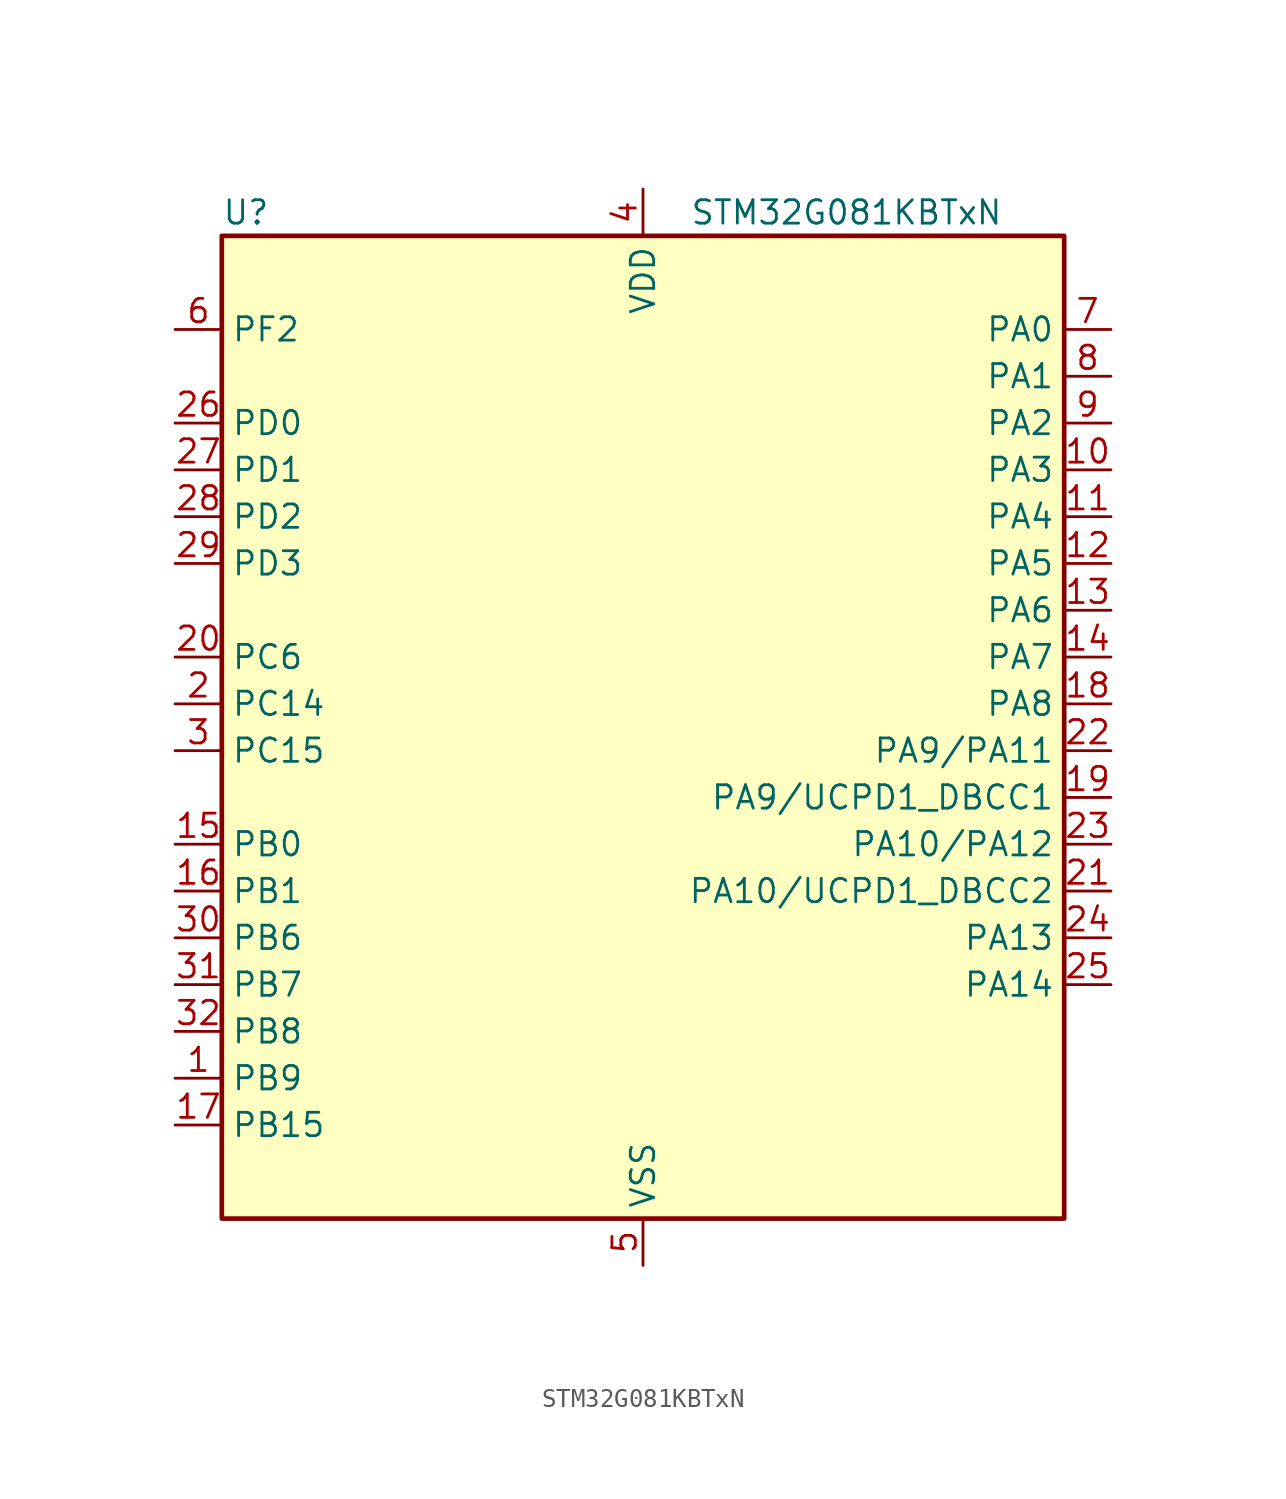
<source format=kicad_sym>
(kicad_symbol_lib
  (version 20231120)
  (generator "kicad-library-utils")
  (generator_version "8.0")
  (symbol "STM32G081KBTxN"
    (property "Reference" "U"
      (at -22.86 29.21 0)
      (effects (font (size 1.27 1.27)) (justify left)))
    (property "Value" "STM32G081KBTxN"
      (at 2.54 29.21 0)
      (effects (font (size 1.27 1.27)) (justify left)))
    (symbol "STM32G081KBTxN_0_1"
      (rectangle (start -22.86 -25.4) (end 22.86 27.94) (stroke (width 0.254) (type default)) (fill (type background))))
    (symbol "STM32G081KBTxN_1_1"
      (pin bidirectional line (at -25.4 -17.78 0) (length 2.54) (name "PB9" (effects (font (size 1.27 1.27)))) (number "1" (effects (font (size 1.27 1.27)))) (alternate "DAC1_EXTI9" bidirectional line) (alternate "I2C1_SDA" bidirectional line) (alternate "IR_OUT" bidirectional line) (alternate "SPI2_NSS" bidirectional line) (alternate "TIM17_CH1" bidirectional line) (alternate "UCPD2_FRSTX1" bidirectional line) (alternate "UCPD2_FRSTX2" bidirectional line) (alternate "USART3_RX" bidirectional line))
      (pin bidirectional line (at 25.4 15.24 180) (length 2.54) (name "PA3" (effects (font (size 1.27 1.27)))) (number "10" (effects (font (size 1.27 1.27)))) (alternate "ADC1_IN3" bidirectional line) (alternate "COMP2_INP" bidirectional line) (alternate "LPUART1_RX" bidirectional line) (alternate "SPI2_MISO" bidirectional line) (alternate "TIM15_CH2" bidirectional line) (alternate "TIM2_CH4" bidirectional line) (alternate "UCPD2_FRSTX1" bidirectional line) (alternate "UCPD2_FRSTX2" bidirectional line) (alternate "USART2_RX" bidirectional line))
      (pin bidirectional line (at 25.4 12.7 180) (length 2.54) (name "PA4" (effects (font (size 1.27 1.27)))) (number "11" (effects (font (size 1.27 1.27)))) (alternate "ADC1_IN4" bidirectional line) (alternate "DAC1_OUT1" bidirectional line) (alternate "I2S1_WS" bidirectional line) (alternate "LPTIM2_OUT" bidirectional line) (alternate "RTC_OUT_ALARM" bidirectional line) (alternate "RTC_OUT_CALIB" bidirectional line) (alternate "RTC_TAMP_IN1" bidirectional line) (alternate "RTC_TS" bidirectional line) (alternate "SPI1_NSS" bidirectional line) (alternate "SPI2_MOSI" bidirectional line) (alternate "SYS_WKUP2" bidirectional line) (alternate "TIM14_CH1" bidirectional line) (alternate "UCPD2_FRSTX1" bidirectional line) (alternate "UCPD2_FRSTX2" bidirectional line))
      (pin bidirectional line (at 25.4 10.16 180) (length 2.54) (name "PA5" (effects (font (size 1.27 1.27)))) (number "12" (effects (font (size 1.27 1.27)))) (alternate "ADC1_IN5" bidirectional line) (alternate "CEC" bidirectional line) (alternate "DAC1_OUT2" bidirectional line) (alternate "I2S1_CK" bidirectional line) (alternate "LPTIM2_ETR" bidirectional line) (alternate "SPI1_SCK" bidirectional line) (alternate "TIM2_CH1" bidirectional line) (alternate "TIM2_ETR" bidirectional line) (alternate "UCPD1_FRSTX1" bidirectional line) (alternate "UCPD1_FRSTX2" bidirectional line) (alternate "USART3_TX" bidirectional line))
      (pin bidirectional line (at 25.4 7.62 180) (length 2.54) (name "PA6" (effects (font (size 1.27 1.27)))) (number "13" (effects (font (size 1.27 1.27)))) (alternate "ADC1_IN6" bidirectional line) (alternate "COMP1_OUT" bidirectional line) (alternate "I2S1_MCK" bidirectional line) (alternate "LPUART1_CTS" bidirectional line) (alternate "SPI1_MISO" bidirectional line) (alternate "TIM16_CH1" bidirectional line) (alternate "TIM1_BK" bidirectional line) (alternate "TIM3_CH1" bidirectional line) (alternate "USART3_CTS" bidirectional line) (alternate "USART3_NSS" bidirectional line))
      (pin bidirectional line (at 25.4 5.08 180) (length 2.54) (name "PA7" (effects (font (size 1.27 1.27)))) (number "14" (effects (font (size 1.27 1.27)))) (alternate "ADC1_IN7" bidirectional line) (alternate "COMP2_OUT" bidirectional line) (alternate "I2S1_SD" bidirectional line) (alternate "SPI1_MOSI" bidirectional line) (alternate "TIM14_CH1" bidirectional line) (alternate "TIM17_CH1" bidirectional line) (alternate "TIM1_CH1N" bidirectional line) (alternate "TIM3_CH2" bidirectional line) (alternate "UCPD1_FRSTX1" bidirectional line) (alternate "UCPD1_FRSTX2" bidirectional line))
      (pin bidirectional line (at -25.4 -5.08 0) (length 2.54) (name "PB0" (effects (font (size 1.27 1.27)))) (number "15" (effects (font (size 1.27 1.27)))) (alternate "ADC1_IN8" bidirectional line) (alternate "COMP1_OUT" bidirectional line) (alternate "I2S1_WS" bidirectional line) (alternate "LPTIM1_OUT" bidirectional line) (alternate "SPI1_NSS" bidirectional line) (alternate "TIM1_CH2N" bidirectional line) (alternate "TIM3_CH3" bidirectional line) (alternate "UCPD1_FRSTX1" bidirectional line) (alternate "UCPD1_FRSTX2" bidirectional line) (alternate "USART3_RX" bidirectional line))
      (pin bidirectional line (at -25.4 -7.62 0) (length 2.54) (name "PB1" (effects (font (size 1.27 1.27)))) (number "16" (effects (font (size 1.27 1.27)))) (alternate "ADC1_IN9" bidirectional line) (alternate "COMP1_INM" bidirectional line) (alternate "LPTIM2_IN1" bidirectional line) (alternate "LPUART1_DE" bidirectional line) (alternate "LPUART1_RTS" bidirectional line) (alternate "TIM14_CH1" bidirectional line) (alternate "TIM1_CH3N" bidirectional line) (alternate "TIM3_CH4" bidirectional line) (alternate "USART3_CK" bidirectional line) (alternate "USART3_DE" bidirectional line) (alternate "USART3_RTS" bidirectional line))
      (pin bidirectional line (at -25.4 -20.32 0) (length 2.54) (name "PB15" (effects (font (size 1.27 1.27)))) (number "17" (effects (font (size 1.27 1.27)))) (alternate "RTC_REFIN" bidirectional line) (alternate "SPI2_MOSI" bidirectional line) (alternate "TIM15_CH1N" bidirectional line) (alternate "TIM15_CH2" bidirectional line) (alternate "TIM1_CH3N" bidirectional line) (alternate "UCPD1_CC2" bidirectional line))
      (pin bidirectional line (at 25.4 2.54 180) (length 2.54) (name "PA8" (effects (font (size 1.27 1.27)))) (number "18" (effects (font (size 1.27 1.27)))) (alternate "LPTIM2_OUT" bidirectional line) (alternate "RCC_MCO" bidirectional line) (alternate "SPI2_NSS" bidirectional line) (alternate "TIM1_CH1" bidirectional line) (alternate "UCPD1_CC1" bidirectional line))
      (pin bidirectional line (at 25.4 -2.54 180) (length 2.54) (name "PA9/UCPD1_DBCC1" (effects (font (size 1.27 1.27)))) (number "19" (effects (font (size 1.27 1.27)))) (alternate "PA9" bidirectional line) (alternate "DAC1_EXTI9 (PA9)" bidirectional line) (alternate "I2C1_SCL (PA9)" bidirectional line) (alternate "RCC_MCO (PA9)" bidirectional line) (alternate "SPI2_MISO (PA9)" bidirectional line) (alternate "TIM15_BK (PA9)" bidirectional line) (alternate "TIM1_CH2 (PA9)" bidirectional line) (alternate "UCPD1_DBCC1 (PA9)" bidirectional line) (alternate "USART1_TX (PA9)" bidirectional line) (alternate "UCPD1_DBCC1" bidirectional line) (alternate "UCPD1_DBCC1 (UCPD1_DBCC1)" bidirectional line))
      (pin bidirectional line (at -25.4 2.54 0) (length 2.54) (name "PC14" (effects (font (size 1.27 1.27)))) (number "2" (effects (font (size 1.27 1.27)))) (alternate "RCC_OSC32_IN" bidirectional line) (alternate "RCC_OSC_IN" bidirectional line) (alternate "TIM1_BK2" bidirectional line))
      (pin bidirectional line (at -25.4 5.08 0) (length 2.54) (name "PC6" (effects (font (size 1.27 1.27)))) (number "20" (effects (font (size 1.27 1.27)))) (alternate "TIM2_CH3" bidirectional line) (alternate "TIM3_CH1" bidirectional line) (alternate "UCPD1_FRSTX1" bidirectional line) (alternate "UCPD1_FRSTX2" bidirectional line))
      (pin bidirectional line (at 25.4 -7.62 180) (length 2.54) (name "PA10/UCPD1_DBCC2" (effects (font (size 1.27 1.27)))) (number "21" (effects (font (size 1.27 1.27)))) (alternate "PA10" bidirectional line) (alternate "I2C1_SDA (PA10)" bidirectional line) (alternate "SPI2_MOSI (PA10)" bidirectional line) (alternate "TIM17_BK (PA10)" bidirectional line) (alternate "TIM1_CH3 (PA10)" bidirectional line) (alternate "UCPD1_DBCC2 (PA10)" bidirectional line) (alternate "USART1_RX (PA10)" bidirectional line) (alternate "UCPD1_DBCC2" bidirectional line) (alternate "UCPD1_DBCC2 (UCPD1_DBCC2)" bidirectional line))
      (pin bidirectional line (at 25.4 0 180) (length 2.54) (name "PA9/PA11" (effects (font (size 1.27 1.27)))) (number "22" (effects (font (size 1.27 1.27)))) (alternate "PA9" bidirectional line) (alternate "DAC1_EXTI9 (PA9)" bidirectional line) (alternate "I2C1_SCL (PA9)" bidirectional line) (alternate "RCC_MCO (PA9)" bidirectional line) (alternate "SPI2_MISO (PA9)" bidirectional line) (alternate "TIM15_BK (PA9)" bidirectional line) (alternate "TIM1_CH2 (PA9)" bidirectional line) (alternate "USART1_TX (PA9)" bidirectional line) (alternate "PA11" bidirectional line) (alternate "ADC1_EXTI11 (PA11)" bidirectional line) (alternate "COMP1_OUT (PA11)" bidirectional line) (alternate "I2C2_SCL (PA11)" bidirectional line) (alternate "I2S1_MCK (PA11)" bidirectional line) (alternate "SPI1_MISO (PA11)" bidirectional line) (alternate "TIM1_BK2 (PA11)" bidirectional line) (alternate "TIM1_CH4 (PA11)" bidirectional line) (alternate "USART1_CTS (PA11)" bidirectional line) (alternate "USART1_NSS (PA11)" bidirectional line))
      (pin bidirectional line (at 25.4 -5.08 180) (length 2.54) (name "PA10/PA12" (effects (font (size 1.27 1.27)))) (number "23" (effects (font (size 1.27 1.27)))) (alternate "PA10" bidirectional line) (alternate "I2C1_SDA (PA10)" bidirectional line) (alternate "SPI2_MOSI (PA10)" bidirectional line) (alternate "TIM17_BK (PA10)" bidirectional line) (alternate "TIM1_CH3 (PA10)" bidirectional line) (alternate "USART1_RX (PA10)" bidirectional line) (alternate "PA12" bidirectional line) (alternate "COMP2_OUT (PA12)" bidirectional line) (alternate "I2C2_SDA (PA12)" bidirectional line) (alternate "I2S1_SD (PA12)" bidirectional line) (alternate "I2S_CKIN (PA12)" bidirectional line) (alternate "SPI1_MOSI (PA12)" bidirectional line) (alternate "TIM1_ETR (PA12)" bidirectional line) (alternate "USART1_CK (PA12)" bidirectional line) (alternate "USART1_DE (PA12)" bidirectional line) (alternate "USART1_RTS (PA12)" bidirectional line))
      (pin bidirectional line (at 25.4 -10.16 180) (length 2.54) (name "PA13" (effects (font (size 1.27 1.27)))) (number "24" (effects (font (size 1.27 1.27)))) (alternate "IR_OUT" bidirectional line) (alternate "SYS_SWDIO" bidirectional line))
      (pin bidirectional line (at 25.4 -12.7 180) (length 2.54) (name "PA14" (effects (font (size 1.27 1.27)))) (number "25" (effects (font (size 1.27 1.27)))) (alternate "SYS_SWCLK" bidirectional line) (alternate "USART2_TX" bidirectional line))
      (pin bidirectional line (at -25.4 17.78 0) (length 2.54) (name "PD0" (effects (font (size 1.27 1.27)))) (number "26" (effects (font (size 1.27 1.27)))) (alternate "SPI2_NSS" bidirectional line) (alternate "TIM16_CH1" bidirectional line) (alternate "UCPD2_CC1" bidirectional line))
      (pin bidirectional line (at -25.4 15.24 0) (length 2.54) (name "PD1" (effects (font (size 1.27 1.27)))) (number "27" (effects (font (size 1.27 1.27)))) (alternate "SPI2_SCK" bidirectional line) (alternate "TIM17_CH1" bidirectional line) (alternate "UCPD2_DBCC1" bidirectional line))
      (pin bidirectional line (at -25.4 12.7 0) (length 2.54) (name "PD2" (effects (font (size 1.27 1.27)))) (number "28" (effects (font (size 1.27 1.27)))) (alternate "TIM1_CH1N" bidirectional line) (alternate "TIM3_ETR" bidirectional line) (alternate "UCPD2_CC2" bidirectional line) (alternate "USART3_CK" bidirectional line) (alternate "USART3_DE" bidirectional line) (alternate "USART3_RTS" bidirectional line))
      (pin bidirectional line (at -25.4 10.16 0) (length 2.54) (name "PD3" (effects (font (size 1.27 1.27)))) (number "29" (effects (font (size 1.27 1.27)))) (alternate "SPI2_MISO" bidirectional line) (alternate "TIM1_CH2N" bidirectional line) (alternate "UCPD2_DBCC2" bidirectional line) (alternate "USART2_CTS" bidirectional line) (alternate "USART2_NSS" bidirectional line))
      (pin bidirectional line (at -25.4 0 0) (length 2.54) (name "PC15" (effects (font (size 1.27 1.27)))) (number "3" (effects (font (size 1.27 1.27)))) (alternate "RCC_OSC32_EN" bidirectional line) (alternate "RCC_OSC32_OUT" bidirectional line) (alternate "RCC_OSC_EN" bidirectional line) (alternate "TIM15_BK" bidirectional line))
      (pin bidirectional line (at -25.4 -10.16 0) (length 2.54) (name "PB6" (effects (font (size 1.27 1.27)))) (number "30" (effects (font (size 1.27 1.27)))) (alternate "COMP2_INP" bidirectional line) (alternate "I2C1_SCL" bidirectional line) (alternate "LPTIM1_ETR" bidirectional line) (alternate "SPI2_MISO" bidirectional line) (alternate "TIM16_CH1N" bidirectional line) (alternate "TIM1_CH3" bidirectional line) (alternate "USART1_TX" bidirectional line))
      (pin bidirectional line (at -25.4 -12.7 0) (length 2.54) (name "PB7" (effects (font (size 1.27 1.27)))) (number "31" (effects (font (size 1.27 1.27)))) (alternate "COMP2_INM" bidirectional line) (alternate "I2C1_SDA" bidirectional line) (alternate "LPTIM1_IN2" bidirectional line) (alternate "SPI2_MOSI" bidirectional line) (alternate "SYS_PVD_IN" bidirectional line) (alternate "TIM17_CH1N" bidirectional line) (alternate "USART1_RX" bidirectional line) (alternate "USART4_CTS" bidirectional line) (alternate "USART4_NSS" bidirectional line))
      (pin bidirectional line (at -25.4 -15.24 0) (length 2.54) (name "PB8" (effects (font (size 1.27 1.27)))) (number "32" (effects (font (size 1.27 1.27)))) (alternate "CEC" bidirectional line) (alternate "I2C1_SCL" bidirectional line) (alternate "SPI2_SCK" bidirectional line) (alternate "TIM15_BK" bidirectional line) (alternate "TIM16_CH1" bidirectional line) (alternate "USART3_TX" bidirectional line))
      (pin power_in line (at 0 30.48 270) (length 2.54) (name "VDD" (effects (font (size 1.27 1.27)))) (number "4" (effects (font (size 1.27 1.27)))))
      (pin power_in line (at 0 -27.94 90) (length 2.54) (name "VSS" (effects (font (size 1.27 1.27)))) (number "5" (effects (font (size 1.27 1.27)))))
      (pin bidirectional line (at -25.4 22.86 0) (length 2.54) (name "PF2" (effects (font (size 1.27 1.27)))) (number "6" (effects (font (size 1.27 1.27)))) (alternate "RCC_MCO" bidirectional line))
      (pin bidirectional line (at 25.4 22.86 180) (length 2.54) (name "PA0" (effects (font (size 1.27 1.27)))) (number "7" (effects (font (size 1.27 1.27)))) (alternate "ADC1_IN0" bidirectional line) (alternate "COMP1_INM" bidirectional line) (alternate "COMP1_OUT" bidirectional line) (alternate "LPTIM1_OUT" bidirectional line) (alternate "RTC_TAMP_IN2" bidirectional line) (alternate "SPI2_SCK" bidirectional line) (alternate "SYS_WKUP1" bidirectional line) (alternate "TIM2_CH1" bidirectional line) (alternate "TIM2_ETR" bidirectional line) (alternate "UCPD2_FRSTX1" bidirectional line) (alternate "UCPD2_FRSTX2" bidirectional line) (alternate "USART2_CTS" bidirectional line) (alternate "USART2_NSS" bidirectional line) (alternate "USART4_TX" bidirectional line))
      (pin bidirectional line (at 25.4 20.32 180) (length 2.54) (name "PA1" (effects (font (size 1.27 1.27)))) (number "8" (effects (font (size 1.27 1.27)))) (alternate "ADC1_IN1" bidirectional line) (alternate "COMP1_INP" bidirectional line) (alternate "I2C1_SMBA" bidirectional line) (alternate "I2S1_CK" bidirectional line) (alternate "SPI1_SCK" bidirectional line) (alternate "TIM15_CH1N" bidirectional line) (alternate "TIM2_CH2" bidirectional line) (alternate "USART2_CK" bidirectional line) (alternate "USART2_DE" bidirectional line) (alternate "USART2_RTS" bidirectional line) (alternate "USART4_RX" bidirectional line))
      (pin bidirectional line (at 25.4 17.78 180) (length 2.54) (name "PA2" (effects (font (size 1.27 1.27)))) (number "9" (effects (font (size 1.27 1.27)))) (alternate "ADC1_IN2" bidirectional line) (alternate "COMP2_INM" bidirectional line) (alternate "COMP2_OUT" bidirectional line) (alternate "I2S1_SD" bidirectional line) (alternate "LPUART1_TX" bidirectional line) (alternate "RCC_LSCO" bidirectional line) (alternate "SPI1_MOSI" bidirectional line) (alternate "SYS_WKUP4" bidirectional line) (alternate "TIM15_CH1" bidirectional line) (alternate "TIM2_CH3" bidirectional line) (alternate "UCPD1_FRSTX1" bidirectional line) (alternate "UCPD1_FRSTX2" bidirectional line) (alternate "USART2_TX" bidirectional line)))))
</source>
